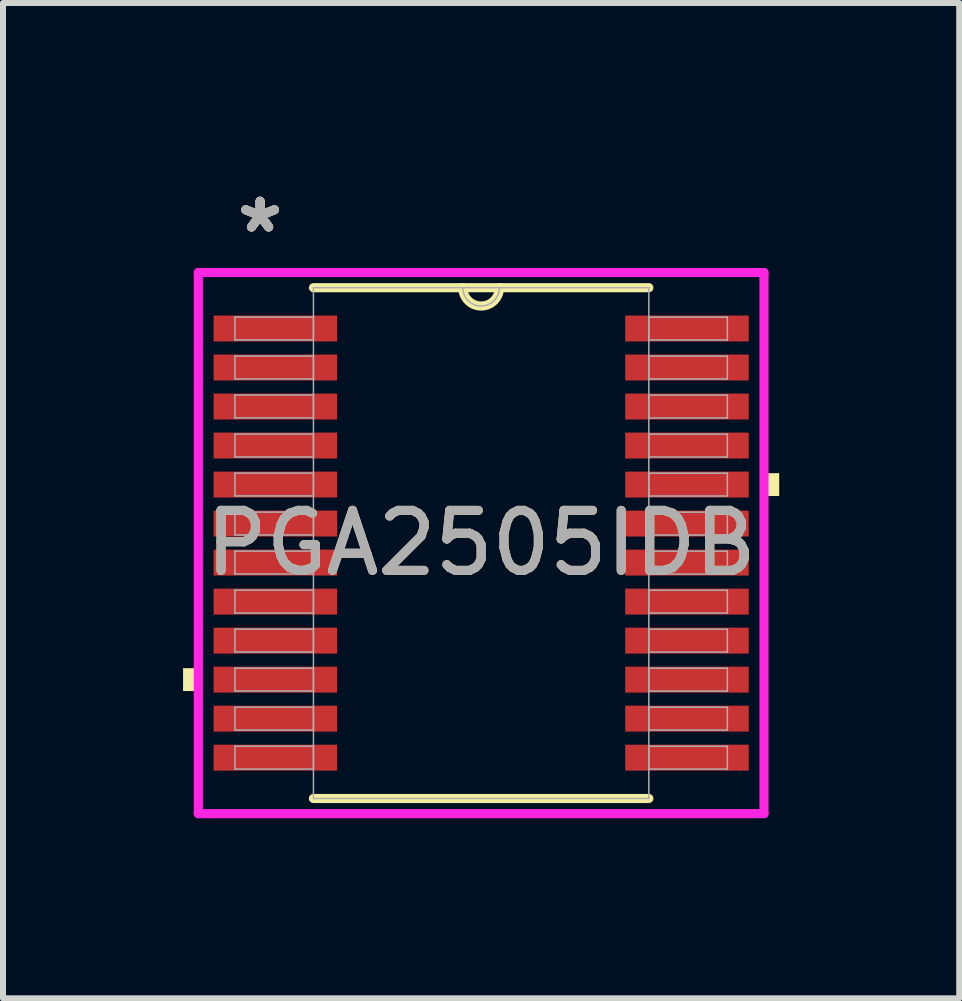
<source format=kicad_pcb>
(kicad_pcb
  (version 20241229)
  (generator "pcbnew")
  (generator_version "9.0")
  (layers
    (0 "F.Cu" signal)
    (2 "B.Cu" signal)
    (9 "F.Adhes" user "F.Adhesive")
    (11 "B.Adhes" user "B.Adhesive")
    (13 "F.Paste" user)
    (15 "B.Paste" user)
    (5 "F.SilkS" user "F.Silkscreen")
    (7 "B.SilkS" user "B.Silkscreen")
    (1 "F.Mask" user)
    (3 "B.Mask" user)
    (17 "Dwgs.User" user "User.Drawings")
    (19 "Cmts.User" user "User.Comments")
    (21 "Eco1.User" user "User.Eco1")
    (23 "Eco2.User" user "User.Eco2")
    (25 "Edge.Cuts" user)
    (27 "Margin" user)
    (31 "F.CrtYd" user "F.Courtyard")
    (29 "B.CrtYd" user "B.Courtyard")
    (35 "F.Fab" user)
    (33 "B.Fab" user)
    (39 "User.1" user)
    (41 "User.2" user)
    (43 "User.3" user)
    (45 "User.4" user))
  (footprint "PGA2505IDB"
    (layer "F.Cu")
    (at 4.966 5.998)
    (property "Reference" "PGA2505IDB" (at 0 0 0) (unlocked yes) (layer "F.SilkS") (effects (font (size 1 1) (thickness 0.15))))
    (attr smd)
    (fp_line (start -2.794 4.255) (end 2.794 4.255) (stroke (width 0.152) (type solid)) (layer "F.SilkS"))
    (fp_line (start 2.794 -4.255) (end -2.794 -4.255) (stroke (width 0.152) (type solid)) (layer "F.SilkS"))
    (fp_arc (start 0.3048 -4.2545) (mid 0 -3.9497) (end -0.3048 -4.2545) (stroke (width 0.1524) (type solid)) (layer "F.SilkS"))
    (fp_poly (pts (xy -4.966 2.084) (xy -4.966 2.465) (xy -4.712 2.465) (xy -4.712 2.084)) (stroke (width 0) (type solid)) (fill yes) (layer "F.SilkS"))
    (fp_poly (pts (xy 4.966 -1.165) (xy 4.966 -0.784) (xy 4.712 -0.784) (xy 4.712 -1.165)) (stroke (width 0) (type solid)) (fill yes) (layer "F.SilkS"))
    (fp_line (start -4.712 -4.508) (end 4.712 -4.508) (stroke (width 0.152) (type solid)) (layer "F.CrtYd"))
    (fp_line (start -4.712 4.508) (end -4.712 -4.508) (stroke (width 0.152) (type solid)) (layer "F.CrtYd"))
    (fp_line (start 4.712 -4.508) (end 4.712 4.508) (stroke (width 0.152) (type solid)) (layer "F.CrtYd"))
    (fp_line (start 4.712 4.508) (end -4.712 4.508) (stroke (width 0.152) (type solid)) (layer "F.CrtYd"))
    (fp_line (start -4.102 -3.765) (end -4.102 -3.385) (stroke (width 0.025) (type solid)) (layer "F.Fab"))
    (fp_line (start -4.102 -3.385) (end -2.794 -3.385) (stroke (width 0.025) (type solid)) (layer "F.Fab"))
    (fp_line (start -4.102 -3.116) (end -4.102 -2.735) (stroke (width 0.025) (type solid)) (layer "F.Fab"))
    (fp_line (start -4.102 -2.735) (end -2.794 -2.735) (stroke (width 0.025) (type solid)) (layer "F.Fab"))
    (fp_line (start -4.102 -2.466) (end -4.102 -2.085) (stroke (width 0.025) (type solid)) (layer "F.Fab"))
    (fp_line (start -4.102 -2.085) (end -2.794 -2.085) (stroke (width 0.025) (type solid)) (layer "F.Fab"))
    (fp_line (start -4.102 -1.816) (end -4.102 -1.435) (stroke (width 0.025) (type solid)) (layer "F.Fab"))
    (fp_line (start -4.102 -1.435) (end -2.794 -1.435) (stroke (width 0.025) (type solid)) (layer "F.Fab"))
    (fp_line (start -4.102 -1.166) (end -4.102 -0.785) (stroke (width 0.025) (type solid)) (layer "F.Fab"))
    (fp_line (start -4.102 -0.785) (end -2.794 -0.785) (stroke (width 0.025) (type solid)) (layer "F.Fab"))
    (fp_line (start -4.102 -0.516) (end -4.102 -0.135) (stroke (width 0.025) (type solid)) (layer "F.Fab"))
    (fp_line (start -4.102 -0.135) (end -2.794 -0.135) (stroke (width 0.025) (type solid)) (layer "F.Fab"))
    (fp_line (start -4.102 0.134) (end -4.102 0.515) (stroke (width 0.025) (type solid)) (layer "F.Fab"))
    (fp_line (start -4.102 0.515) (end -2.794 0.515) (stroke (width 0.025) (type solid)) (layer "F.Fab"))
    (fp_line (start -4.102 0.784) (end -4.102 1.165) (stroke (width 0.025) (type solid)) (layer "F.Fab"))
    (fp_line (start -4.102 1.165) (end -2.794 1.165) (stroke (width 0.025) (type solid)) (layer "F.Fab"))
    (fp_line (start -4.102 1.434) (end -4.102 1.815) (stroke (width 0.025) (type solid)) (layer "F.Fab"))
    (fp_line (start -4.102 1.815) (end -2.794 1.815) (stroke (width 0.025) (type solid)) (layer "F.Fab"))
    (fp_line (start -4.102 2.084) (end -4.102 2.465) (stroke (width 0.025) (type solid)) (layer "F.Fab"))
    (fp_line (start -4.102 2.465) (end -2.794 2.465) (stroke (width 0.025) (type solid)) (layer "F.Fab"))
    (fp_line (start -4.102 2.734) (end -4.102 3.115) (stroke (width 0.025) (type solid)) (layer "F.Fab"))
    (fp_line (start -4.102 3.115) (end -2.794 3.115) (stroke (width 0.025) (type solid)) (layer "F.Fab"))
    (fp_line (start -4.102 3.384) (end -4.102 3.765) (stroke (width 0.025) (type solid)) (layer "F.Fab"))
    (fp_line (start -4.102 3.765) (end -2.794 3.765) (stroke (width 0.025) (type solid)) (layer "F.Fab"))
    (fp_line (start -2.794 -4.255) (end -2.794 4.255) (stroke (width 0.025) (type solid)) (layer "F.Fab"))
    (fp_line (start -2.794 -3.765) (end -4.102 -3.765) (stroke (width 0.025) (type solid)) (layer "F.Fab"))
    (fp_line (start -2.794 -3.385) (end -2.794 -3.765) (stroke (width 0.025) (type solid)) (layer "F.Fab"))
    (fp_line (start -2.794 -3.116) (end -4.102 -3.116) (stroke (width 0.025) (type solid)) (layer "F.Fab"))
    (fp_line (start -2.794 -2.735) (end -2.794 -3.116) (stroke (width 0.025) (type solid)) (layer "F.Fab"))
    (fp_line (start -2.794 -2.466) (end -4.102 -2.466) (stroke (width 0.025) (type solid)) (layer "F.Fab"))
    (fp_line (start -2.794 -2.085) (end -2.794 -2.466) (stroke (width 0.025) (type solid)) (layer "F.Fab"))
    (fp_line (start -2.794 -1.816) (end -4.102 -1.816) (stroke (width 0.025) (type solid)) (layer "F.Fab"))
    (fp_line (start -2.794 -1.435) (end -2.794 -1.816) (stroke (width 0.025) (type solid)) (layer "F.Fab"))
    (fp_line (start -2.794 -1.166) (end -4.102 -1.166) (stroke (width 0.025) (type solid)) (layer "F.Fab"))
    (fp_line (start -2.794 -0.785) (end -2.794 -1.166) (stroke (width 0.025) (type solid)) (layer "F.Fab"))
    (fp_line (start -2.794 -0.516) (end -4.102 -0.516) (stroke (width 0.025) (type solid)) (layer "F.Fab"))
    (fp_line (start -2.794 -0.135) (end -2.794 -0.516) (stroke (width 0.025) (type solid)) (layer "F.Fab"))
    (fp_line (start -2.794 0.134) (end -4.102 0.134) (stroke (width 0.025) (type solid)) (layer "F.Fab"))
    (fp_line (start -2.794 0.515) (end -2.794 0.134) (stroke (width 0.025) (type solid)) (layer "F.Fab"))
    (fp_line (start -2.794 0.784) (end -4.102 0.784) (stroke (width 0.025) (type solid)) (layer "F.Fab"))
    (fp_line (start -2.794 1.165) (end -2.794 0.784) (stroke (width 0.025) (type solid)) (layer "F.Fab"))
    (fp_line (start -2.794 1.434) (end -4.102 1.434) (stroke (width 0.025) (type solid)) (layer "F.Fab"))
    (fp_line (start -2.794 1.815) (end -2.794 1.434) (stroke (width 0.025) (type solid)) (layer "F.Fab"))
    (fp_line (start -2.794 2.084) (end -4.102 2.084) (stroke (width 0.025) (type solid)) (layer "F.Fab"))
    (fp_line (start -2.794 2.465) (end -2.794 2.084) (stroke (width 0.025) (type solid)) (layer "F.Fab"))
    (fp_line (start -2.794 2.734) (end -4.102 2.734) (stroke (width 0.025) (type solid)) (layer "F.Fab"))
    (fp_line (start -2.794 3.115) (end -2.794 2.734) (stroke (width 0.025) (type solid)) (layer "F.Fab"))
    (fp_line (start -2.794 3.384) (end -4.102 3.384) (stroke (width 0.025) (type solid)) (layer "F.Fab"))
    (fp_line (start -2.794 3.765) (end -2.794 3.384) (stroke (width 0.025) (type solid)) (layer "F.Fab"))
    (fp_line (start -2.794 4.255) (end 2.794 4.255) (stroke (width 0.025) (type solid)) (layer "F.Fab"))
    (fp_line (start 2.794 -4.255) (end -2.794 -4.255) (stroke (width 0.025) (type solid)) (layer "F.Fab"))
    (fp_line (start 2.794 -3.765) (end 2.794 -3.384) (stroke (width 0.025) (type solid)) (layer "F.Fab"))
    (fp_line (start 2.794 -3.384) (end 4.102 -3.384) (stroke (width 0.025) (type solid)) (layer "F.Fab"))
    (fp_line (start 2.794 -3.115) (end 2.794 -2.734) (stroke (width 0.025) (type solid)) (layer "F.Fab"))
    (fp_line (start 2.794 -2.734) (end 4.102 -2.734) (stroke (width 0.025) (type solid)) (layer "F.Fab"))
    (fp_line (start 2.794 -2.465) (end 2.794 -2.084) (stroke (width 0.025) (type solid)) (layer "F.Fab"))
    (fp_line (start 2.794 -2.084) (end 4.102 -2.084) (stroke (width 0.025) (type solid)) (layer "F.Fab"))
    (fp_line (start 2.794 -1.815) (end 2.794 -1.434) (stroke (width 0.025) (type solid)) (layer "F.Fab"))
    (fp_line (start 2.794 -1.434) (end 4.102 -1.434) (stroke (width 0.025) (type solid)) (layer "F.Fab"))
    (fp_line (start 2.794 -1.165) (end 2.794 -0.784) (stroke (width 0.025) (type solid)) (layer "F.Fab"))
    (fp_line (start 2.794 -0.784) (end 4.102 -0.784) (stroke (width 0.025) (type solid)) (layer "F.Fab"))
    (fp_line (start 2.794 -0.515) (end 2.794 -0.134) (stroke (width 0.025) (type solid)) (layer "F.Fab"))
    (fp_line (start 2.794 -0.134) (end 4.102 -0.134) (stroke (width 0.025) (type solid)) (layer "F.Fab"))
    (fp_line (start 2.794 0.135) (end 2.794 0.516) (stroke (width 0.025) (type solid)) (layer "F.Fab"))
    (fp_line (start 2.794 0.516) (end 4.102 0.516) (stroke (width 0.025) (type solid)) (layer "F.Fab"))
    (fp_line (start 2.794 0.785) (end 2.794 1.166) (stroke (width 0.025) (type solid)) (layer "F.Fab"))
    (fp_line (start 2.794 1.166) (end 4.102 1.166) (stroke (width 0.025) (type solid)) (layer "F.Fab"))
    (fp_line (start 2.794 1.435) (end 2.794 1.816) (stroke (width 0.025) (type solid)) (layer "F.Fab"))
    (fp_line (start 2.794 1.816) (end 4.102 1.816) (stroke (width 0.025) (type solid)) (layer "F.Fab"))
    (fp_line (start 2.794 2.084) (end 2.794 2.466) (stroke (width 0.025) (type solid)) (layer "F.Fab"))
    (fp_line (start 2.794 2.466) (end 4.102 2.466) (stroke (width 0.025) (type solid)) (layer "F.Fab"))
    (fp_line (start 2.794 2.735) (end 2.794 3.115) (stroke (width 0.025) (type solid)) (layer "F.Fab"))
    (fp_line (start 2.794 3.115) (end 4.102 3.115) (stroke (width 0.025) (type solid)) (layer "F.Fab"))
    (fp_line (start 2.794 3.385) (end 2.794 3.765) (stroke (width 0.025) (type solid)) (layer "F.Fab"))
    (fp_line (start 2.794 3.765) (end 4.102 3.765) (stroke (width 0.025) (type solid)) (layer "F.Fab"))
    (fp_line (start 2.794 4.255) (end 2.794 -4.255) (stroke (width 0.025) (type solid)) (layer "F.Fab"))
    (fp_line (start 4.102 -3.765) (end 2.794 -3.765) (stroke (width 0.025) (type solid)) (layer "F.Fab"))
    (fp_line (start 4.102 -3.384) (end 4.102 -3.765) (stroke (width 0.025) (type solid)) (layer "F.Fab"))
    (fp_line (start 4.102 -3.115) (end 2.794 -3.115) (stroke (width 0.025) (type solid)) (layer "F.Fab"))
    (fp_line (start 4.102 -2.734) (end 4.102 -3.115) (stroke (width 0.025) (type solid)) (layer "F.Fab"))
    (fp_line (start 4.102 -2.465) (end 2.794 -2.465) (stroke (width 0.025) (type solid)) (layer "F.Fab"))
    (fp_line (start 4.102 -2.084) (end 4.102 -2.465) (stroke (width 0.025) (type solid)) (layer "F.Fab"))
    (fp_line (start 4.102 -1.815) (end 2.794 -1.815) (stroke (width 0.025) (type solid)) (layer "F.Fab"))
    (fp_line (start 4.102 -1.434) (end 4.102 -1.815) (stroke (width 0.025) (type solid)) (layer "F.Fab"))
    (fp_line (start 4.102 -1.165) (end 2.794 -1.165) (stroke (width 0.025) (type solid)) (layer "F.Fab"))
    (fp_line (start 4.102 -0.784) (end 4.102 -1.165) (stroke (width 0.025) (type solid)) (layer "F.Fab"))
    (fp_line (start 4.102 -0.515) (end 2.794 -0.515) (stroke (width 0.025) (type solid)) (layer "F.Fab"))
    (fp_line (start 4.102 -0.134) (end 4.102 -0.515) (stroke (width 0.025) (type solid)) (layer "F.Fab"))
    (fp_line (start 4.102 0.135) (end 2.794 0.135) (stroke (width 0.025) (type solid)) (layer "F.Fab"))
    (fp_line (start 4.102 0.516) (end 4.102 0.135) (stroke (width 0.025) (type solid)) (layer "F.Fab"))
    (fp_line (start 4.102 0.785) (end 2.794 0.785) (stroke (width 0.025) (type solid)) (layer "F.Fab"))
    (fp_line (start 4.102 1.166) (end 4.102 0.785) (stroke (width 0.025) (type solid)) (layer "F.Fab"))
    (fp_line (start 4.102 1.435) (end 2.794 1.435) (stroke (width 0.025) (type solid)) (layer "F.Fab"))
    (fp_line (start 4.102 1.816) (end 4.102 1.435) (stroke (width 0.025) (type solid)) (layer "F.Fab"))
    (fp_line (start 4.102 2.084) (end 2.794 2.084) (stroke (width 0.025) (type solid)) (layer "F.Fab"))
    (fp_line (start 4.102 2.466) (end 4.102 2.084) (stroke (width 0.025) (type solid)) (layer "F.Fab"))
    (fp_line (start 4.102 2.735) (end 2.794 2.735) (stroke (width 0.025) (type solid)) (layer "F.Fab"))
    (fp_line (start 4.102 3.115) (end 4.102 2.735) (stroke (width 0.025) (type solid)) (layer "F.Fab"))
    (fp_line (start 4.102 3.385) (end 2.794 3.385) (stroke (width 0.025) (type solid)) (layer "F.Fab"))
    (fp_line (start 4.102 3.765) (end 4.102 3.385) (stroke (width 0.025) (type solid)) (layer "F.Fab"))
    (fp_arc (start 0.3048 -4.2545) (mid 0 -3.9497) (end -0.3048 -4.2545) (stroke (width 0.0254) (type solid)) (layer "F.Fab"))
    (fp_text user "*" (at -3.683 -5.15 0) (unlocked yes) (layer "F.SilkS") (effects (font (size 1 1) (thickness 0.15))))
    (fp_text user "*" (at -3.683 -5.15 0) (layer "F.SilkS") (effects (font (size 1 1) (thickness 0.15))))
    (fp_text user "${REFERENCE}" (at 0 0 0) (unlocked yes) (layer "F.Fab") (effects (font (size 1 1) (thickness 0.15))))
    (fp_text user "*" (at -3.683 -5.15 0) (layer "F.Fab") (effects (font (size 1 1) (thickness 0.15))))
    (fp_text user "*" (at -3.683 -5.15 0) (unlocked yes) (layer "F.Fab") (effects (font (size 1 1) (thickness 0.15))))
    (pad "1" smd rect (at -3.429 -3.575) (size 2.057 0.432) (layers "F.Cu" "F.Mask" "F.Paste"))
    (pad "2" smd rect (at -3.429 -2.925) (size 2.057 0.432) (layers "F.Cu" "F.Mask" "F.Paste"))
    (pad "3" smd rect (at -3.429 -2.275) (size 2.057 0.432) (layers "F.Cu" "F.Mask" "F.Paste"))
    (pad "4" smd rect (at -3.429 -1.625) (size 2.057 0.432) (layers "F.Cu" "F.Mask" "F.Paste"))
    (pad "5" smd rect (at -3.429 -0.975) (size 2.057 0.432) (layers "F.Cu" "F.Mask" "F.Paste"))
    (pad "6" smd rect (at -3.429 -0.325) (size 2.057 0.432) (layers "F.Cu" "F.Mask" "F.Paste"))
    (pad "7" smd rect (at -3.429 0.325) (size 2.057 0.432) (layers "F.Cu" "F.Mask" "F.Paste"))
    (pad "8" smd rect (at -3.429 0.975) (size 2.057 0.432) (layers "F.Cu" "F.Mask" "F.Paste"))
    (pad "9" smd rect (at -3.429 1.625) (size 2.057 0.432) (layers "F.Cu" "F.Mask" "F.Paste"))
    (pad "10" smd rect (at -3.429 2.275) (size 2.057 0.432) (layers "F.Cu" "F.Mask" "F.Paste"))
    (pad "11" smd rect (at -3.429 2.925) (size 2.057 0.432) (layers "F.Cu" "F.Mask" "F.Paste"))
    (pad "12" smd rect (at -3.429 3.575) (size 2.057 0.432) (layers "F.Cu" "F.Mask" "F.Paste"))
    (pad "13" smd rect (at 3.429 3.575) (size 2.057 0.432) (layers "F.Cu" "F.Mask" "F.Paste"))
    (pad "14" smd rect (at 3.429 2.925) (size 2.057 0.432) (layers "F.Cu" "F.Mask" "F.Paste"))
    (pad "15" smd rect (at 3.429 2.275) (size 2.057 0.432) (layers "F.Cu" "F.Mask" "F.Paste"))
    (pad "16" smd rect (at 3.429 1.625) (size 2.057 0.432) (layers "F.Cu" "F.Mask" "F.Paste"))
    (pad "17" smd rect (at 3.429 0.975) (size 2.057 0.432) (layers "F.Cu" "F.Mask" "F.Paste"))
    (pad "18" smd rect (at 3.429 0.325) (size 2.057 0.432) (layers "F.Cu" "F.Mask" "F.Paste"))
    (pad "19" smd rect (at 3.429 -0.325) (size 2.057 0.432) (layers "F.Cu" "F.Mask" "F.Paste"))
    (pad "20" smd rect (at 3.429 -0.975) (size 2.057 0.432) (layers "F.Cu" "F.Mask" "F.Paste"))
    (pad "21" smd rect (at 3.429 -1.625) (size 2.057 0.432) (layers "F.Cu" "F.Mask" "F.Paste"))
    (pad "22" smd rect (at 3.429 -2.275) (size 2.057 0.432) (layers "F.Cu" "F.Mask" "F.Paste"))
    (pad "23" smd rect (at 3.429 -2.925) (size 2.057 0.432) (layers "F.Cu" "F.Mask" "F.Paste"))
    (pad "24" smd rect (at 3.429 -3.575) (size 2.057 0.432) (layers "F.Cu" "F.Mask" "F.Paste")))
  (gr_rect
    (start -3 -3)
    (end 12.931 13.583)
    (stroke (width 0.1) (type default))
    (fill no)
    (layer "Edge.Cuts")))
</source>
